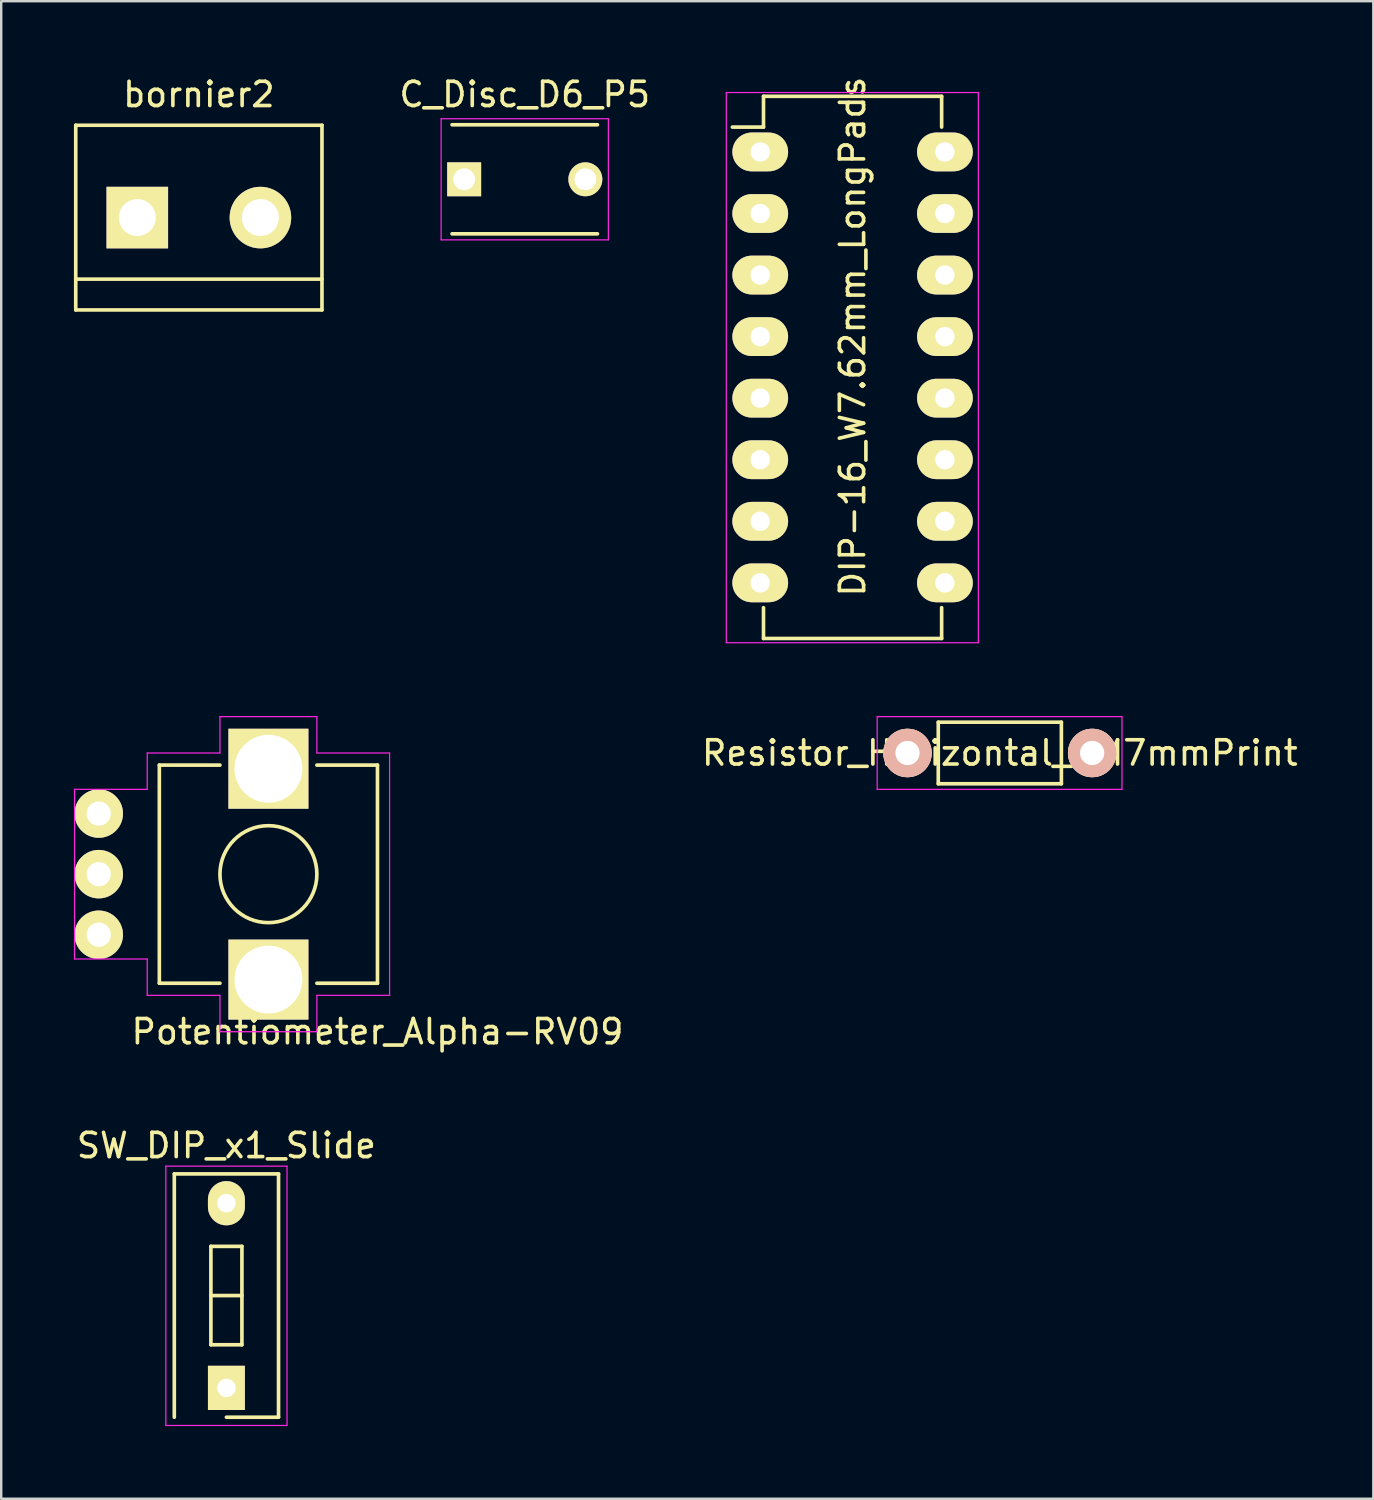
<source format=kicad_pcb>
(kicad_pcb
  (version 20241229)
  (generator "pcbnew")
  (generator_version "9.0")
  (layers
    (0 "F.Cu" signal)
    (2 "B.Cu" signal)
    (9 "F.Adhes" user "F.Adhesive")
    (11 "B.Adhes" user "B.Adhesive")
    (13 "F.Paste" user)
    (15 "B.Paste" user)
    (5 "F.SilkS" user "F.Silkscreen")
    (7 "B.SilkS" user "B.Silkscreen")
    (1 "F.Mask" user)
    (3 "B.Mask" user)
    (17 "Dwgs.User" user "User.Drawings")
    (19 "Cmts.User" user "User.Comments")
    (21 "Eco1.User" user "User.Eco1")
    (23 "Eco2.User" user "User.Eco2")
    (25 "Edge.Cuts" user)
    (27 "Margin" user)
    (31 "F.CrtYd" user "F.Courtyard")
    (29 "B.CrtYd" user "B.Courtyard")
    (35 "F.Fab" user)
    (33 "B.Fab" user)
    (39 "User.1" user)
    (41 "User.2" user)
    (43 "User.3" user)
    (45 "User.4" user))
  (footprint "SW_DIP_x1_Slide"
    (layer "F.Cu")
    (at 6.292 54.216)
    (property "Reference" "SW_DIP_x1_Slide" (at 0 -10 0) (layer "F.SilkS") (effects (font (size 1 1) (thickness 0.15))))
    (attr through_hole)
    (fp_line (start -2.15 -8.83) (end -2.15 1.21) (stroke (width 0.15) (type solid)) (layer "F.SilkS"))
    (fp_line (start -2.15 -8.83) (end 2.15 -8.83) (stroke (width 0.15) (type solid)) (layer "F.SilkS"))
    (fp_line (start -0.64 -5.84) (end -0.64 -1.78) (stroke (width 0.15) (type solid)) (layer "F.SilkS"))
    (fp_line (start -0.64 -3.81) (end 0.64 -3.81) (stroke (width 0.15) (type solid)) (layer "F.SilkS"))
    (fp_line (start -0.64 -1.78) (end 0.64 -1.78) (stroke (width 0.15) (type solid)) (layer "F.SilkS"))
    (fp_line (start 0 1.21) (end 2.15 1.21) (stroke (width 0.15) (type solid)) (layer "F.SilkS"))
    (fp_line (start 0.64 -5.84) (end -0.64 -5.84) (stroke (width 0.15) (type solid)) (layer "F.SilkS"))
    (fp_line (start 0.64 -1.78) (end 0.64 -5.84) (stroke (width 0.15) (type solid)) (layer "F.SilkS"))
    (fp_line (start 2.15 -8.83) (end 2.15 1.21) (stroke (width 0.15) (type solid)) (layer "F.SilkS"))
    (fp_line (start -2.5 -9.15) (end 2.5 -9.15) (stroke (width 0.05) (type solid)) (layer "F.CrtYd"))
    (fp_line (start -2.5 1.55) (end -2.5 -9.15) (stroke (width 0.05) (type solid)) (layer "F.CrtYd"))
    (fp_line (start 2.5 -9.15) (end 2.5 1.55) (stroke (width 0.05) (type solid)) (layer "F.CrtYd"))
    (fp_line (start 2.5 1.55) (end -2.5 1.55) (stroke (width 0.05) (type solid)) (layer "F.CrtYd"))
    (pad "1" thru_hole rect (at 0 0) (size 1.524 1.824) (drill 0.762) (layers "*.Cu" "*.Mask" "F.SilkS"))
    (pad "2" thru_hole oval (at 0 -7.62) (size 1.524 1.824) (drill 0.762) (layers "*.Cu" "*.Mask" "F.SilkS")))
  (footprint "bornier2"
    (layer "F.Cu")
    (at 5.155 5.928)
    (property "Reference" "bornier2" (at 0 -5.08 0) (layer "F.SilkS") (effects (font (size 1 1) (thickness 0.15))))
    (attr through_hole)
    (fp_line (start -5.08 -3.81) (end -5.08 3.81) (stroke (width 0.15) (type solid)) (layer "F.SilkS"))
    (fp_line (start -5.08 3.81) (end 5.08 3.81) (stroke (width 0.15) (type solid)) (layer "F.SilkS"))
    (fp_line (start 5.08 -3.81) (end -5.08 -3.81) (stroke (width 0.15) (type solid)) (layer "F.SilkS"))
    (fp_line (start 5.08 2.54) (end -5.08 2.54) (stroke (width 0.15) (type solid)) (layer "F.SilkS"))
    (fp_line (start 5.08 3.81) (end 5.08 -3.81) (stroke (width 0.15) (type solid)) (layer "F.SilkS"))
    (pad "1" thru_hole rect (at -2.54 0) (size 2.54 2.54) (drill 1.524) (layers "*.Cu" "*.Mask" "F.SilkS"))
    (pad "2" thru_hole circle (at 2.54 0) (size 2.54 2.54) (drill 1.524) (layers "*.Cu" "*.Mask" "F.SilkS")))
  (footprint "Resistor_Horizontal_RM7mmPrint"
    (layer "F.Cu")
    (at 34.394 28.019)
    (property "Reference" "Resistor_Horizontal_RM7mmPrint" (at 3.81 0 0) (layer "F.SilkS") (effects (font (size 1 1) (thickness 0.15))))
    (attr through_hole)
    (fp_line (start 1.27 -1.27) (end 6.35 -1.27) (stroke (width 0.15) (type solid)) (layer "F.SilkS"))
    (fp_line (start 1.27 1.27) (end 1.27 -1.27) (stroke (width 0.15) (type solid)) (layer "F.SilkS"))
    (fp_line (start 6.35 -1.27) (end 6.35 1.27) (stroke (width 0.15) (type solid)) (layer "F.SilkS"))
    (fp_line (start 6.35 1.27) (end 1.27 1.27) (stroke (width 0.15) (type solid)) (layer "F.SilkS"))
    (fp_line (start -1.25 -1.5) (end 8.85 -1.5) (stroke (width 0.05) (type solid)) (layer "F.CrtYd"))
    (fp_line (start -1.25 1.5) (end -1.25 -1.5) (stroke (width 0.05) (type solid)) (layer "F.CrtYd"))
    (fp_line (start -1.25 1.5) (end 8.85 1.5) (stroke (width 0.05) (type solid)) (layer "F.CrtYd"))
    (fp_line (start 8.85 -1.5) (end 8.85 1.5) (stroke (width 0.05) (type solid)) (layer "F.CrtYd"))
    (pad "1" thru_hole circle (at 0 0) (size 1.999 1.999) (drill 1.001) (layers "*.Cu" "*.SilkS" "*.Mask"))
    (pad "2" thru_hole circle (at 7.62 0) (size 1.999 1.999) (drill 1.001) (layers "*.Cu" "*.SilkS" "*.Mask")))
  (footprint "Potentiometer_Alpha-RV09"
    (layer "F.Cu")
    (at 1.025 30.519)
    (property "Reference" "Potentiometer_Alpha-RV09" (at 11.5 9 180) (layer "F.SilkS") (effects (font (size 1 1) (thickness 0.15))))
    (attr through_hole)
    (fp_line (start 2.5 -2) (end 2.5 7) (stroke (width 0.15) (type solid)) (layer "F.SilkS"))
    (fp_line (start 5 -2) (end 2.5 -2) (stroke (width 0.15) (type solid)) (layer "F.SilkS"))
    (fp_line (start 5 7) (end 2.5 7) (stroke (width 0.15) (type solid)) (layer "F.SilkS"))
    (fp_line (start 11.5 -2) (end 9 -2) (stroke (width 0.15) (type solid)) (layer "F.SilkS"))
    (fp_line (start 11.5 -2) (end 11.5 7) (stroke (width 0.15) (type solid)) (layer "F.SilkS"))
    (fp_line (start 11.5 7) (end 9 7) (stroke (width 0.15) (type solid)) (layer "F.SilkS"))
    (fp_circle (center 7 2.5) (end 9 2.5) (stroke (width 0.15) (type solid)) (fill no) (layer "F.SilkS"))
    (fp_line (start -1 -1) (end 2 -1) (stroke (width 0.05) (type solid)) (layer "F.CrtYd"))
    (fp_line (start -1 6) (end -1 -1) (stroke (width 0.05) (type solid)) (layer "F.CrtYd"))
    (fp_line (start 2 -2.5) (end 2 -1) (stroke (width 0.05) (type solid)) (layer "F.CrtYd"))
    (fp_line (start 2 6) (end -1 6) (stroke (width 0.05) (type solid)) (layer "F.CrtYd"))
    (fp_line (start 2 7.5) (end 2 6) (stroke (width 0.05) (type solid)) (layer "F.CrtYd"))
    (fp_line (start 5 -4) (end 5 -2.5) (stroke (width 0.05) (type solid)) (layer "F.CrtYd"))
    (fp_line (start 5 -4) (end 9 -4) (stroke (width 0.05) (type solid)) (layer "F.CrtYd"))
    (fp_line (start 5 -2.5) (end 2 -2.5) (stroke (width 0.05) (type solid)) (layer "F.CrtYd"))
    (fp_line (start 5 7.5) (end 2 7.5) (stroke (width 0.05) (type solid)) (layer "F.CrtYd"))
    (fp_line (start 5 9) (end 5 7.5) (stroke (width 0.05) (type solid)) (layer "F.CrtYd"))
    (fp_line (start 9 -4) (end 9 -2.5) (stroke (width 0.05) (type solid)) (layer "F.CrtYd"))
    (fp_line (start 9 -2.5) (end 12 -2.5) (stroke (width 0.05) (type solid)) (layer "F.CrtYd"))
    (fp_line (start 9 7.5) (end 9 9) (stroke (width 0.05) (type solid)) (layer "F.CrtYd"))
    (fp_line (start 9 9) (end 5 9) (stroke (width 0.05) (type solid)) (layer "F.CrtYd"))
    (fp_line (start 12 -2.5) (end 12 7.5) (stroke (width 0.05) (type solid)) (layer "F.CrtYd"))
    (fp_line (start 12 7.5) (end 9 7.5) (stroke (width 0.05) (type solid)) (layer "F.CrtYd"))
    (pad "1" thru_hole circle (at 0 0 270) (size 2 2) (drill 1) (layers "*.Cu" "*.Mask" "F.SilkS"))
    (pad "2" thru_hole circle (at 0 2.5 270) (size 2 2) (drill 1) (layers "*.Cu" "*.Mask" "F.SilkS"))
    (pad "3" thru_hole circle (at 0 5 270) (size 2 2) (drill 1) (layers "*.Cu" "*.Mask" "F.SilkS"))
    (pad "4" thru_hole rect (at 7 -1.85 270) (size 3.3 3.3) (drill 2.8) (layers "*.Cu" "*.Mask" "F.SilkS"))
    (pad "5" thru_hole rect (at 7 6.85 270) (size 3.3 3.3) (drill 2.8) (layers "*.Cu" "*.Mask" "F.SilkS")))
  (footprint "C_Disc_D6_P5"
    (layer "F.Cu")
    (at 16.102 4.348)
    (property "Reference" "C_Disc_D6_P5" (at 2.5 -3.5 0) (layer "F.SilkS") (effects (font (size 1 1) (thickness 0.15))))
    (attr through_hole)
    (fp_line (start -0.5 -2.25) (end 5.5 -2.25) (stroke (width 0.15) (type solid)) (layer "F.SilkS"))
    (fp_line (start 5.5 2.25) (end -0.5 2.25) (stroke (width 0.15) (type solid)) (layer "F.SilkS"))
    (fp_line (start -0.95 -2.5) (end 5.95 -2.5) (stroke (width 0.05) (type solid)) (layer "F.CrtYd"))
    (fp_line (start -0.95 2.5) (end -0.95 -2.5) (stroke (width 0.05) (type solid)) (layer "F.CrtYd"))
    (fp_line (start 5.95 -2.5) (end 5.95 2.5) (stroke (width 0.05) (type solid)) (layer "F.CrtYd"))
    (fp_line (start 5.95 2.5) (end -0.95 2.5) (stroke (width 0.05) (type solid)) (layer "F.CrtYd"))
    (pad "1" thru_hole rect (at 0 0) (size 1.4 1.4) (drill 0.9) (layers "*.Cu" "*.Mask" "F.SilkS"))
    (pad "2" thru_hole circle (at 5 0) (size 1.4 1.4) (drill 0.9) (layers "*.Cu" "*.Mask" "F.SilkS")))
  (footprint "DIP-16_W7.62mm_LongPads"
    (layer "F.Cu")
    (at 28.318 3.219)
    (property "Reference" "DIP-16_W7.62mm_LongPads" (at 3.81 7.62 90) (layer "F.SilkS") (effects (font (size 1 1) (thickness 0.15))))
    (attr through_hole)
    (fp_line (start 0.135 -2.295) (end 0.135 -1.025) (stroke (width 0.15) (type solid)) (layer "F.SilkS"))
    (fp_line (start 0.135 -2.295) (end 7.485 -2.295) (stroke (width 0.15) (type solid)) (layer "F.SilkS"))
    (fp_line (start 0.135 -1.025) (end -1.15 -1.025) (stroke (width 0.15) (type solid)) (layer "F.SilkS"))
    (fp_line (start 0.135 20.075) (end 0.135 18.805) (stroke (width 0.15) (type solid)) (layer "F.SilkS"))
    (fp_line (start 0.135 20.075) (end 7.485 20.075) (stroke (width 0.15) (type solid)) (layer "F.SilkS"))
    (fp_line (start 7.485 -2.295) (end 7.485 -1.025) (stroke (width 0.15) (type solid)) (layer "F.SilkS"))
    (fp_line (start 7.485 20.075) (end 7.485 18.805) (stroke (width 0.15) (type solid)) (layer "F.SilkS"))
    (fp_line (start -1.4 -2.45) (end -1.4 20.25) (stroke (width 0.05) (type solid)) (layer "F.CrtYd"))
    (fp_line (start -1.4 -2.45) (end 9 -2.45) (stroke (width 0.05) (type solid)) (layer "F.CrtYd"))
    (fp_line (start -1.4 20.25) (end 9 20.25) (stroke (width 0.05) (type solid)) (layer "F.CrtYd"))
    (fp_line (start 9 -2.45) (end 9 20.25) (stroke (width 0.05) (type solid)) (layer "F.CrtYd"))
    (pad "1" thru_hole oval (at 0 0) (size 2.3 1.6) (drill 0.8) (layers "*.Cu" "*.Mask" "F.SilkS"))
    (pad "2" thru_hole oval (at 0 2.54) (size 2.3 1.6) (drill 0.8) (layers "*.Cu" "*.Mask" "F.SilkS"))
    (pad "3" thru_hole oval (at 0 5.08) (size 2.3 1.6) (drill 0.8) (layers "*.Cu" "*.Mask" "F.SilkS"))
    (pad "4" thru_hole oval (at 0 7.62) (size 2.3 1.6) (drill 0.8) (layers "*.Cu" "*.Mask" "F.SilkS"))
    (pad "5" thru_hole oval (at 0 10.16) (size 2.3 1.6) (drill 0.8) (layers "*.Cu" "*.Mask" "F.SilkS"))
    (pad "6" thru_hole oval (at 0 12.7) (size 2.3 1.6) (drill 0.8) (layers "*.Cu" "*.Mask" "F.SilkS"))
    (pad "7" thru_hole oval (at 0 15.24) (size 2.3 1.6) (drill 0.8) (layers "*.Cu" "*.Mask" "F.SilkS"))
    (pad "8" thru_hole oval (at 0 17.78) (size 2.3 1.6) (drill 0.8) (layers "*.Cu" "*.Mask" "F.SilkS"))
    (pad "9" thru_hole oval (at 7.62 17.78) (size 2.3 1.6) (drill 0.8) (layers "*.Cu" "*.Mask" "F.SilkS"))
    (pad "10" thru_hole oval (at 7.62 15.24) (size 2.3 1.6) (drill 0.8) (layers "*.Cu" "*.Mask" "F.SilkS"))
    (pad "11" thru_hole oval (at 7.62 12.7) (size 2.3 1.6) (drill 0.8) (layers "*.Cu" "*.Mask" "F.SilkS"))
    (pad "12" thru_hole oval (at 7.62 10.16) (size 2.3 1.6) (drill 0.8) (layers "*.Cu" "*.Mask" "F.SilkS"))
    (pad "13" thru_hole oval (at 7.62 7.62) (size 2.3 1.6) (drill 0.8) (layers "*.Cu" "*.Mask" "F.SilkS"))
    (pad "14" thru_hole oval (at 7.62 5.08) (size 2.3 1.6) (drill 0.8) (layers "*.Cu" "*.Mask" "F.SilkS"))
    (pad "15" thru_hole oval (at 7.62 2.54) (size 2.3 1.6) (drill 0.8) (layers "*.Cu" "*.Mask" "F.SilkS"))
    (pad "16" thru_hole oval (at 7.62 0) (size 2.3 1.6) (drill 0.8) (layers "*.Cu" "*.Mask" "F.SilkS")))
  (gr_rect
    (start -3 -3)
    (end 53.614 58.791)
    (stroke (width 0.1) (type default))
    (fill no)
    (layer "Edge.Cuts")))
</source>
